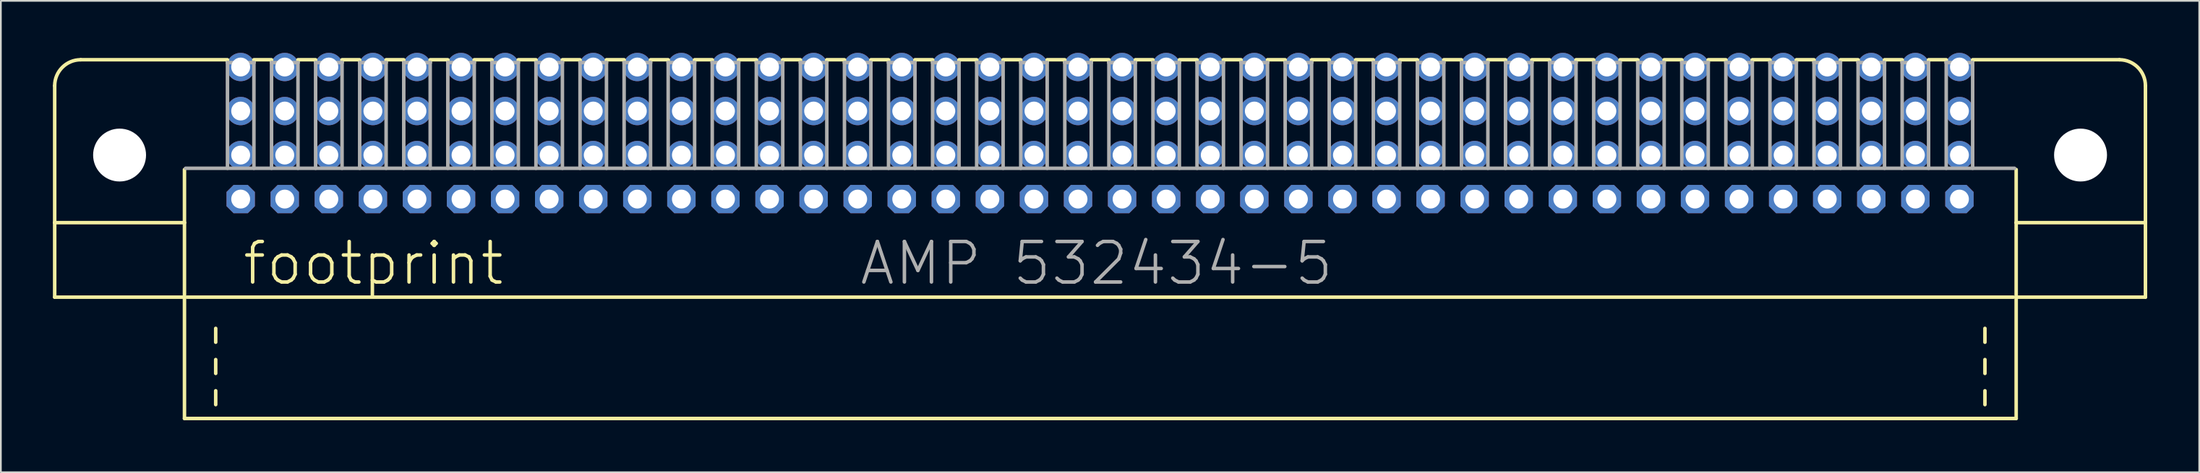
<source format=kicad_pcb>
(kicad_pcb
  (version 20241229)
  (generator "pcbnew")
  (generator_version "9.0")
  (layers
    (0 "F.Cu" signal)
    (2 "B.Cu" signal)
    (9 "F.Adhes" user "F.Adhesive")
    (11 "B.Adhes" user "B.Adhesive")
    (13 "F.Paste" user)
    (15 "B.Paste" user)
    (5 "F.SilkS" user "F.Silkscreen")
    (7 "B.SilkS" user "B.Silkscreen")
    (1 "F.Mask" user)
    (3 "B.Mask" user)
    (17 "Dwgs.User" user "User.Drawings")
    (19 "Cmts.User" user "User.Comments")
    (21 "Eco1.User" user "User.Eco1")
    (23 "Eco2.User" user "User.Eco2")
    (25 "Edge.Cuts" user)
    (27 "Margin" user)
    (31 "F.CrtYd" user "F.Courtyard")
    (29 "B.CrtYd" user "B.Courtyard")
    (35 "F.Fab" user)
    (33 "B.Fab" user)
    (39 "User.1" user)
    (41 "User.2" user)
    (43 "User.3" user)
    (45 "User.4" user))
  (footprint "footprint"
    (layer "F.Cu")
    (at 60.352 5.897)
    (property "Reference" "footprint" (at -49.53 7.62 0) (layer "F.SilkS") (effects (font (size 2.337 2.337) (thickness 0.203)) (justify left bottom)))
    (fp_line (start -60.25 3.9) (end -60.25 -4) (stroke (width 0.203) (type solid)) (layer "F.SilkS"))
    (fp_line (start -60.25 8.2) (end -60.25 3.9) (stroke (width 0.203) (type solid)) (layer "F.SilkS"))
    (fp_line (start -58.75 -5.5) (end -50.292 -5.5) (stroke (width 0.203) (type solid)) (layer "F.SilkS"))
    (fp_line (start -52.77 3.9) (end -60.25 3.9) (stroke (width 0.203) (type solid)) (layer "F.SilkS"))
    (fp_line (start -52.77 3.9) (end -52.77 0.834) (stroke (width 0.203) (type solid)) (layer "F.SilkS"))
    (fp_line (start -52.77 8.2) (end -60.25 8.2) (stroke (width 0.203) (type solid)) (layer "F.SilkS"))
    (fp_line (start -52.77 8.2) (end -52.77 3.9) (stroke (width 0.203) (type solid)) (layer "F.SilkS"))
    (fp_line (start -52.77 15.2) (end -52.77 8.2) (stroke (width 0.203) (type solid)) (layer "F.SilkS"))
    (fp_line (start -50.97 10.8) (end -50.97 10) (stroke (width 0.203) (type solid)) (layer "F.SilkS"))
    (fp_line (start -50.97 12.6) (end -50.97 11.8) (stroke (width 0.203) (type solid)) (layer "F.SilkS"))
    (fp_line (start -50.97 14.4) (end -50.97 13.6) (stroke (width 0.203) (type solid)) (layer "F.SilkS"))
    (fp_line (start -50.292 -5.461) (end -50.292 -5.334) (stroke (width 0.203) (type solid)) (layer "F.SilkS"))
    (fp_line (start -48.768 -5.5) (end -47.752 -5.5) (stroke (width 0.203) (type solid)) (layer "F.SilkS"))
    (fp_line (start -48.768 -5.334) (end -48.768 -5.461) (stroke (width 0.203) (type solid)) (layer "F.SilkS"))
    (fp_line (start -47.752 -5.461) (end -47.752 -5.334) (stroke (width 0.203) (type solid)) (layer "F.SilkS"))
    (fp_line (start -46.228 -5.5) (end -45.212 -5.5) (stroke (width 0.203) (type solid)) (layer "F.SilkS"))
    (fp_line (start -46.228 -5.334) (end -46.228 -5.461) (stroke (width 0.203) (type solid)) (layer "F.SilkS"))
    (fp_line (start -45.212 -5.461) (end -45.212 -5.334) (stroke (width 0.203) (type solid)) (layer "F.SilkS"))
    (fp_line (start -43.688 -5.5) (end -42.672 -5.5) (stroke (width 0.203) (type solid)) (layer "F.SilkS"))
    (fp_line (start -43.688 -5.334) (end -43.688 -5.461) (stroke (width 0.203) (type solid)) (layer "F.SilkS"))
    (fp_line (start -42.672 -5.461) (end -42.672 -5.334) (stroke (width 0.203) (type solid)) (layer "F.SilkS"))
    (fp_line (start -41.148 -5.5) (end -40.132 -5.5) (stroke (width 0.203) (type solid)) (layer "F.SilkS"))
    (fp_line (start -41.148 -5.334) (end -41.148 -5.461) (stroke (width 0.203) (type solid)) (layer "F.SilkS"))
    (fp_line (start -40.132 -5.461) (end -40.132 -5.334) (stroke (width 0.203) (type solid)) (layer "F.SilkS"))
    (fp_line (start -38.608 -5.5) (end -37.592 -5.5) (stroke (width 0.203) (type solid)) (layer "F.SilkS"))
    (fp_line (start -38.608 -5.334) (end -38.608 -5.461) (stroke (width 0.203) (type solid)) (layer "F.SilkS"))
    (fp_line (start -37.592 -5.461) (end -37.592 -5.334) (stroke (width 0.203) (type solid)) (layer "F.SilkS"))
    (fp_line (start -36.068 -5.5) (end -35.052 -5.5) (stroke (width 0.203) (type solid)) (layer "F.SilkS"))
    (fp_line (start -36.068 -5.334) (end -36.068 -5.461) (stroke (width 0.203) (type solid)) (layer "F.SilkS"))
    (fp_line (start -35.052 -5.461) (end -35.052 -5.334) (stroke (width 0.203) (type solid)) (layer "F.SilkS"))
    (fp_line (start -33.528 -5.5) (end -32.512 -5.5) (stroke (width 0.203) (type solid)) (layer "F.SilkS"))
    (fp_line (start -33.528 -5.334) (end -33.528 -5.461) (stroke (width 0.203) (type solid)) (layer "F.SilkS"))
    (fp_line (start -32.512 -5.461) (end -32.512 -5.334) (stroke (width 0.203) (type solid)) (layer "F.SilkS"))
    (fp_line (start -30.988 -5.5) (end -29.972 -5.5) (stroke (width 0.203) (type solid)) (layer "F.SilkS"))
    (fp_line (start -30.988 -5.334) (end -30.988 -5.461) (stroke (width 0.203) (type solid)) (layer "F.SilkS"))
    (fp_line (start -29.972 -5.461) (end -29.972 -5.334) (stroke (width 0.203) (type solid)) (layer "F.SilkS"))
    (fp_line (start -28.448 -5.5) (end -27.432 -5.5) (stroke (width 0.203) (type solid)) (layer "F.SilkS"))
    (fp_line (start -28.448 -5.334) (end -28.448 -5.461) (stroke (width 0.203) (type solid)) (layer "F.SilkS"))
    (fp_line (start -27.432 -5.461) (end -27.432 -5.334) (stroke (width 0.203) (type solid)) (layer "F.SilkS"))
    (fp_line (start -25.908 -5.5) (end -24.892 -5.5) (stroke (width 0.203) (type solid)) (layer "F.SilkS"))
    (fp_line (start -25.908 -5.334) (end -25.908 -5.461) (stroke (width 0.203) (type solid)) (layer "F.SilkS"))
    (fp_line (start -24.892 -5.461) (end -24.892 -5.334) (stroke (width 0.203) (type solid)) (layer "F.SilkS"))
    (fp_line (start -23.368 -5.5) (end -22.352 -5.5) (stroke (width 0.203) (type solid)) (layer "F.SilkS"))
    (fp_line (start -23.368 -5.334) (end -23.368 -5.461) (stroke (width 0.203) (type solid)) (layer "F.SilkS"))
    (fp_line (start -22.352 -5.461) (end -22.352 -5.334) (stroke (width 0.203) (type solid)) (layer "F.SilkS"))
    (fp_line (start -20.828 -5.5) (end -19.812 -5.5) (stroke (width 0.203) (type solid)) (layer "F.SilkS"))
    (fp_line (start -20.828 -5.334) (end -20.828 -5.461) (stroke (width 0.203) (type solid)) (layer "F.SilkS"))
    (fp_line (start -19.812 -5.461) (end -19.812 -5.334) (stroke (width 0.203) (type solid)) (layer "F.SilkS"))
    (fp_line (start -18.288 -5.5) (end -17.272 -5.5) (stroke (width 0.203) (type solid)) (layer "F.SilkS"))
    (fp_line (start -18.288 -5.334) (end -18.288 -5.461) (stroke (width 0.203) (type solid)) (layer "F.SilkS"))
    (fp_line (start -17.272 -5.461) (end -17.272 -5.334) (stroke (width 0.203) (type solid)) (layer "F.SilkS"))
    (fp_line (start -15.748 -5.5) (end -14.732 -5.5) (stroke (width 0.203) (type solid)) (layer "F.SilkS"))
    (fp_line (start -15.748 -5.334) (end -15.748 -5.461) (stroke (width 0.203) (type solid)) (layer "F.SilkS"))
    (fp_line (start -14.732 -5.461) (end -14.732 -5.334) (stroke (width 0.203) (type solid)) (layer "F.SilkS"))
    (fp_line (start -13.208 -5.5) (end -12.192 -5.5) (stroke (width 0.203) (type solid)) (layer "F.SilkS"))
    (fp_line (start -13.208 -5.334) (end -13.208 -5.461) (stroke (width 0.203) (type solid)) (layer "F.SilkS"))
    (fp_line (start -12.192 -5.461) (end -12.192 -5.334) (stroke (width 0.203) (type solid)) (layer "F.SilkS"))
    (fp_line (start -10.668 -5.5) (end -9.652 -5.5) (stroke (width 0.203) (type solid)) (layer "F.SilkS"))
    (fp_line (start -10.668 -5.334) (end -10.668 -5.461) (stroke (width 0.203) (type solid)) (layer "F.SilkS"))
    (fp_line (start -9.652 -5.461) (end -9.652 -5.334) (stroke (width 0.203) (type solid)) (layer "F.SilkS"))
    (fp_line (start -8.128 -5.5) (end -7.112 -5.5) (stroke (width 0.203) (type solid)) (layer "F.SilkS"))
    (fp_line (start -8.128 -5.334) (end -8.128 -5.461) (stroke (width 0.203) (type solid)) (layer "F.SilkS"))
    (fp_line (start -7.112 -5.461) (end -7.112 -5.334) (stroke (width 0.203) (type solid)) (layer "F.SilkS"))
    (fp_line (start -5.588 -5.5) (end -4.572 -5.5) (stroke (width 0.203) (type solid)) (layer "F.SilkS"))
    (fp_line (start -5.588 -5.334) (end -5.588 -5.461) (stroke (width 0.203) (type solid)) (layer "F.SilkS"))
    (fp_line (start -4.572 -5.461) (end -4.572 -5.334) (stroke (width 0.203) (type solid)) (layer "F.SilkS"))
    (fp_line (start -3.048 -5.5) (end -2.032 -5.5) (stroke (width 0.203) (type solid)) (layer "F.SilkS"))
    (fp_line (start -3.048 -5.334) (end -3.048 -5.461) (stroke (width 0.203) (type solid)) (layer "F.SilkS"))
    (fp_line (start -2.032 -5.461) (end -2.032 -5.334) (stroke (width 0.203) (type solid)) (layer "F.SilkS"))
    (fp_line (start -0.508 -5.5) (end 0.508 -5.5) (stroke (width 0.203) (type solid)) (layer "F.SilkS"))
    (fp_line (start -0.508 -5.334) (end -0.508 -5.461) (stroke (width 0.203) (type solid)) (layer "F.SilkS"))
    (fp_line (start 0.508 -5.461) (end 0.508 -5.334) (stroke (width 0.203) (type solid)) (layer "F.SilkS"))
    (fp_line (start 2.032 -5.5) (end 3.048 -5.5) (stroke (width 0.203) (type solid)) (layer "F.SilkS"))
    (fp_line (start 2.032 -5.334) (end 2.032 -5.461) (stroke (width 0.203) (type solid)) (layer "F.SilkS"))
    (fp_line (start 3.048 -5.461) (end 3.048 -5.334) (stroke (width 0.203) (type solid)) (layer "F.SilkS"))
    (fp_line (start 4.572 -5.5) (end 5.588 -5.5) (stroke (width 0.203) (type solid)) (layer "F.SilkS"))
    (fp_line (start 4.572 -5.334) (end 4.572 -5.461) (stroke (width 0.203) (type solid)) (layer "F.SilkS"))
    (fp_line (start 5.588 -5.461) (end 5.588 -5.334) (stroke (width 0.203) (type solid)) (layer "F.SilkS"))
    (fp_line (start 7.112 -5.5) (end 8.128 -5.5) (stroke (width 0.203) (type solid)) (layer "F.SilkS"))
    (fp_line (start 7.112 -5.334) (end 7.112 -5.461) (stroke (width 0.203) (type solid)) (layer "F.SilkS"))
    (fp_line (start 8.128 -5.461) (end 8.128 -5.334) (stroke (width 0.203) (type solid)) (layer "F.SilkS"))
    (fp_line (start 9.652 -5.5) (end 10.668 -5.5) (stroke (width 0.203) (type solid)) (layer "F.SilkS"))
    (fp_line (start 9.652 -5.334) (end 9.652 -5.461) (stroke (width 0.203) (type solid)) (layer "F.SilkS"))
    (fp_line (start 10.668 -5.461) (end 10.668 -5.334) (stroke (width 0.203) (type solid)) (layer "F.SilkS"))
    (fp_line (start 12.192 -5.5) (end 13.208 -5.5) (stroke (width 0.203) (type solid)) (layer "F.SilkS"))
    (fp_line (start 12.192 -5.334) (end 12.192 -5.461) (stroke (width 0.203) (type solid)) (layer "F.SilkS"))
    (fp_line (start 13.208 -5.461) (end 13.208 -5.334) (stroke (width 0.203) (type solid)) (layer "F.SilkS"))
    (fp_line (start 14.732 -5.5) (end 15.748 -5.5) (stroke (width 0.203) (type solid)) (layer "F.SilkS"))
    (fp_line (start 14.732 -5.334) (end 14.732 -5.461) (stroke (width 0.203) (type solid)) (layer "F.SilkS"))
    (fp_line (start 15.748 -5.461) (end 15.748 -5.334) (stroke (width 0.203) (type solid)) (layer "F.SilkS"))
    (fp_line (start 17.272 -5.5) (end 18.288 -5.5) (stroke (width 0.203) (type solid)) (layer "F.SilkS"))
    (fp_line (start 17.272 -5.334) (end 17.272 -5.461) (stroke (width 0.203) (type solid)) (layer "F.SilkS"))
    (fp_line (start 18.288 -5.461) (end 18.288 -5.334) (stroke (width 0.203) (type solid)) (layer "F.SilkS"))
    (fp_line (start 19.812 -5.5) (end 20.828 -5.5) (stroke (width 0.203) (type solid)) (layer "F.SilkS"))
    (fp_line (start 19.812 -5.334) (end 19.812 -5.461) (stroke (width 0.203) (type solid)) (layer "F.SilkS"))
    (fp_line (start 20.828 -5.461) (end 20.828 -5.334) (stroke (width 0.203) (type solid)) (layer "F.SilkS"))
    (fp_line (start 22.352 -5.5) (end 23.368 -5.5) (stroke (width 0.203) (type solid)) (layer "F.SilkS"))
    (fp_line (start 22.352 -5.334) (end 22.352 -5.461) (stroke (width 0.203) (type solid)) (layer "F.SilkS"))
    (fp_line (start 23.368 -5.461) (end 23.368 -5.334) (stroke (width 0.203) (type solid)) (layer "F.SilkS"))
    (fp_line (start 24.892 -5.5) (end 25.908 -5.5) (stroke (width 0.203) (type solid)) (layer "F.SilkS"))
    (fp_line (start 24.892 -5.334) (end 24.892 -5.461) (stroke (width 0.203) (type solid)) (layer "F.SilkS"))
    (fp_line (start 25.908 -5.461) (end 25.908 -5.334) (stroke (width 0.203) (type solid)) (layer "F.SilkS"))
    (fp_line (start 27.432 -5.5) (end 28.448 -5.5) (stroke (width 0.203) (type solid)) (layer "F.SilkS"))
    (fp_line (start 27.432 -5.334) (end 27.432 -5.461) (stroke (width 0.203) (type solid)) (layer "F.SilkS"))
    (fp_line (start 28.448 -5.461) (end 28.448 -5.334) (stroke (width 0.203) (type solid)) (layer "F.SilkS"))
    (fp_line (start 29.972 -5.5) (end 30.988 -5.5) (stroke (width 0.203) (type solid)) (layer "F.SilkS"))
    (fp_line (start 29.972 -5.334) (end 29.972 -5.461) (stroke (width 0.203) (type solid)) (layer "F.SilkS"))
    (fp_line (start 30.988 -5.461) (end 30.988 -5.334) (stroke (width 0.203) (type solid)) (layer "F.SilkS"))
    (fp_line (start 32.512 -5.5) (end 33.528 -5.5) (stroke (width 0.203) (type solid)) (layer "F.SilkS"))
    (fp_line (start 32.512 -5.334) (end 32.512 -5.461) (stroke (width 0.203) (type solid)) (layer "F.SilkS"))
    (fp_line (start 33.528 -5.461) (end 33.528 -5.334) (stroke (width 0.203) (type solid)) (layer "F.SilkS"))
    (fp_line (start 35.052 -5.5) (end 36.068 -5.5) (stroke (width 0.203) (type solid)) (layer "F.SilkS"))
    (fp_line (start 35.052 -5.334) (end 35.052 -5.461) (stroke (width 0.203) (type solid)) (layer "F.SilkS"))
    (fp_line (start 36.068 -5.461) (end 36.068 -5.334) (stroke (width 0.203) (type solid)) (layer "F.SilkS"))
    (fp_line (start 37.592 -5.5) (end 38.608 -5.5) (stroke (width 0.203) (type solid)) (layer "F.SilkS"))
    (fp_line (start 37.592 -5.334) (end 37.592 -5.461) (stroke (width 0.203) (type solid)) (layer "F.SilkS"))
    (fp_line (start 38.608 -5.461) (end 38.608 -5.334) (stroke (width 0.203) (type solid)) (layer "F.SilkS"))
    (fp_line (start 40.132 -5.5) (end 41.148 -5.5) (stroke (width 0.203) (type solid)) (layer "F.SilkS"))
    (fp_line (start 40.132 -5.334) (end 40.132 -5.461) (stroke (width 0.203) (type solid)) (layer "F.SilkS"))
    (fp_line (start 41.148 -5.461) (end 41.148 -5.334) (stroke (width 0.203) (type solid)) (layer "F.SilkS"))
    (fp_line (start 42.672 -5.5) (end 43.688 -5.5) (stroke (width 0.203) (type solid)) (layer "F.SilkS"))
    (fp_line (start 42.672 -5.334) (end 42.672 -5.461) (stroke (width 0.203) (type solid)) (layer "F.SilkS"))
    (fp_line (start 43.688 -5.461) (end 43.688 -5.334) (stroke (width 0.203) (type solid)) (layer "F.SilkS"))
    (fp_line (start 45.212 -5.5) (end 46.228 -5.5) (stroke (width 0.203) (type solid)) (layer "F.SilkS"))
    (fp_line (start 45.212 -5.334) (end 45.212 -5.461) (stroke (width 0.203) (type solid)) (layer "F.SilkS"))
    (fp_line (start 46.228 -5.461) (end 46.228 -5.334) (stroke (width 0.203) (type solid)) (layer "F.SilkS"))
    (fp_line (start 47.752 -5.5) (end 48.768 -5.5) (stroke (width 0.203) (type solid)) (layer "F.SilkS"))
    (fp_line (start 47.752 -5.334) (end 47.752 -5.461) (stroke (width 0.203) (type solid)) (layer "F.SilkS"))
    (fp_line (start 48.768 -5.461) (end 48.768 -5.334) (stroke (width 0.203) (type solid)) (layer "F.SilkS"))
    (fp_line (start 50.292 -5.5) (end 58.75 -5.5) (stroke (width 0.203) (type solid)) (layer "F.SilkS"))
    (fp_line (start 50.292 -5.334) (end 50.292 -5.461) (stroke (width 0.203) (type solid)) (layer "F.SilkS"))
    (fp_line (start 51 10.8) (end 51 10) (stroke (width 0.203) (type solid)) (layer "F.SilkS"))
    (fp_line (start 51 12.6) (end 51 11.8) (stroke (width 0.203) (type solid)) (layer "F.SilkS"))
    (fp_line (start 51 14.4) (end 51 13.6) (stroke (width 0.203) (type solid)) (layer "F.SilkS"))
    (fp_line (start 52.64 8.2) (end -52.63 8.2) (stroke (width 0.203) (type solid)) (layer "F.SilkS"))
    (fp_line (start 52.8 0.834) (end 52.8 3.9) (stroke (width 0.203) (type solid)) (layer "F.SilkS"))
    (fp_line (start 52.8 3.9) (end 52.8 8.2) (stroke (width 0.203) (type solid)) (layer "F.SilkS"))
    (fp_line (start 52.8 8.2) (end 52.8 15.2) (stroke (width 0.203) (type solid)) (layer "F.SilkS"))
    (fp_line (start 52.8 15.2) (end -52.77 15.2) (stroke (width 0.203) (type solid)) (layer "F.SilkS"))
    (fp_line (start 60.25 -4) (end 60.25 3.9) (stroke (width 0.203) (type solid)) (layer "F.SilkS"))
    (fp_line (start 60.25 3.9) (end 52.8 3.9) (stroke (width 0.203) (type solid)) (layer "F.SilkS"))
    (fp_line (start 60.25 3.9) (end 60.25 8.2) (stroke (width 0.203) (type solid)) (layer "F.SilkS"))
    (fp_line (start 60.25 8.2) (end 52.8 8.2) (stroke (width 0.203) (type solid)) (layer "F.SilkS"))
    (fp_arc (start -60.25 -4) (mid -59.810595 -5.060767) (end -58.749798 -5.5001) (stroke (width 0.2032) (type solid)) (layer "F.SilkS"))
    (fp_arc (start 58.75 -5.5) (mid 59.810731 -5.060631) (end 60.2501 -3.9999) (stroke (width 0.2032) (type solid)) (layer "F.SilkS"))
    (fp_line (start -52.705 0.762) (end 52.705 0.762) (stroke (width 0.203) (type solid)) (layer "F.Fab"))
    (fp_line (start -50.292 -5.334) (end -50.292 0.762) (stroke (width 0.203) (type solid)) (layer "F.Fab"))
    (fp_line (start -50.292 -5.334) (end -48.768 -5.334) (stroke (width 0.203) (type solid)) (layer "F.Fab"))
    (fp_line (start -48.768 0.762) (end -48.768 -5.334) (stroke (width 0.203) (type solid)) (layer "F.Fab"))
    (fp_line (start -47.752 -5.334) (end -47.752 0.762) (stroke (width 0.203) (type solid)) (layer "F.Fab"))
    (fp_line (start -47.752 -5.334) (end -46.228 -5.334) (stroke (width 0.203) (type solid)) (layer "F.Fab"))
    (fp_line (start -46.228 0.762) (end -46.228 -5.334) (stroke (width 0.203) (type solid)) (layer "F.Fab"))
    (fp_line (start -45.212 -5.334) (end -45.212 0.762) (stroke (width 0.203) (type solid)) (layer "F.Fab"))
    (fp_line (start -45.212 -5.334) (end -43.688 -5.334) (stroke (width 0.203) (type solid)) (layer "F.Fab"))
    (fp_line (start -43.688 0.762) (end -43.688 -5.334) (stroke (width 0.203) (type solid)) (layer "F.Fab"))
    (fp_line (start -42.672 -5.334) (end -42.672 0.762) (stroke (width 0.203) (type solid)) (layer "F.Fab"))
    (fp_line (start -42.672 -5.334) (end -41.148 -5.334) (stroke (width 0.203) (type solid)) (layer "F.Fab"))
    (fp_line (start -41.148 0.762) (end -41.148 -5.334) (stroke (width 0.203) (type solid)) (layer "F.Fab"))
    (fp_line (start -40.132 -5.334) (end -40.132 0.762) (stroke (width 0.203) (type solid)) (layer "F.Fab"))
    (fp_line (start -40.132 -5.334) (end -38.608 -5.334) (stroke (width 0.203) (type solid)) (layer "F.Fab"))
    (fp_line (start -38.608 0.762) (end -38.608 -5.334) (stroke (width 0.203) (type solid)) (layer "F.Fab"))
    (fp_line (start -37.592 -5.334) (end -37.592 0.762) (stroke (width 0.203) (type solid)) (layer "F.Fab"))
    (fp_line (start -37.592 -5.334) (end -36.068 -5.334) (stroke (width 0.203) (type solid)) (layer "F.Fab"))
    (fp_line (start -36.068 0.762) (end -36.068 -5.334) (stroke (width 0.203) (type solid)) (layer "F.Fab"))
    (fp_line (start -35.052 -5.334) (end -35.052 0.762) (stroke (width 0.203) (type solid)) (layer "F.Fab"))
    (fp_line (start -35.052 -5.334) (end -33.528 -5.334) (stroke (width 0.203) (type solid)) (layer "F.Fab"))
    (fp_line (start -33.528 0.762) (end -33.528 -5.334) (stroke (width 0.203) (type solid)) (layer "F.Fab"))
    (fp_line (start -32.512 -5.334) (end -32.512 0.762) (stroke (width 0.203) (type solid)) (layer "F.Fab"))
    (fp_line (start -32.512 -5.334) (end -30.988 -5.334) (stroke (width 0.203) (type solid)) (layer "F.Fab"))
    (fp_line (start -30.988 0.762) (end -30.988 -5.334) (stroke (width 0.203) (type solid)) (layer "F.Fab"))
    (fp_line (start -29.972 -5.334) (end -29.972 0.762) (stroke (width 0.203) (type solid)) (layer "F.Fab"))
    (fp_line (start -29.972 -5.334) (end -28.448 -5.334) (stroke (width 0.203) (type solid)) (layer "F.Fab"))
    (fp_line (start -28.448 0.762) (end -28.448 -5.334) (stroke (width 0.203) (type solid)) (layer "F.Fab"))
    (fp_line (start -27.432 -5.334) (end -27.432 0.762) (stroke (width 0.203) (type solid)) (layer "F.Fab"))
    (fp_line (start -27.432 -5.334) (end -25.908 -5.334) (stroke (width 0.203) (type solid)) (layer "F.Fab"))
    (fp_line (start -25.908 0.762) (end -25.908 -5.334) (stroke (width 0.203) (type solid)) (layer "F.Fab"))
    (fp_line (start -24.892 -5.334) (end -24.892 0.762) (stroke (width 0.203) (type solid)) (layer "F.Fab"))
    (fp_line (start -24.892 -5.334) (end -23.368 -5.334) (stroke (width 0.203) (type solid)) (layer "F.Fab"))
    (fp_line (start -23.368 0.762) (end -23.368 -5.334) (stroke (width 0.203) (type solid)) (layer "F.Fab"))
    (fp_line (start -22.352 -5.334) (end -22.352 0.762) (stroke (width 0.203) (type solid)) (layer "F.Fab"))
    (fp_line (start -22.352 -5.334) (end -20.828 -5.334) (stroke (width 0.203) (type solid)) (layer "F.Fab"))
    (fp_line (start -20.828 0.762) (end -20.828 -5.334) (stroke (width 0.203) (type solid)) (layer "F.Fab"))
    (fp_line (start -19.812 -5.334) (end -19.812 0.762) (stroke (width 0.203) (type solid)) (layer "F.Fab"))
    (fp_line (start -19.812 -5.334) (end -18.288 -5.334) (stroke (width 0.203) (type solid)) (layer "F.Fab"))
    (fp_line (start -18.288 0.762) (end -18.288 -5.334) (stroke (width 0.203) (type solid)) (layer "F.Fab"))
    (fp_line (start -17.272 -5.334) (end -17.272 0.762) (stroke (width 0.203) (type solid)) (layer "F.Fab"))
    (fp_line (start -17.272 -5.334) (end -15.748 -5.334) (stroke (width 0.203) (type solid)) (layer "F.Fab"))
    (fp_line (start -15.748 0.762) (end -15.748 -5.334) (stroke (width 0.203) (type solid)) (layer "F.Fab"))
    (fp_line (start -14.732 -5.334) (end -14.732 0.762) (stroke (width 0.203) (type solid)) (layer "F.Fab"))
    (fp_line (start -14.732 -5.334) (end -13.208 -5.334) (stroke (width 0.203) (type solid)) (layer "F.Fab"))
    (fp_line (start -13.208 0.762) (end -13.208 -5.334) (stroke (width 0.203) (type solid)) (layer "F.Fab"))
    (fp_line (start -12.192 -5.334) (end -12.192 0.762) (stroke (width 0.203) (type solid)) (layer "F.Fab"))
    (fp_line (start -12.192 -5.334) (end -10.668 -5.334) (stroke (width 0.203) (type solid)) (layer "F.Fab"))
    (fp_line (start -10.668 0.762) (end -10.668 -5.334) (stroke (width 0.203) (type solid)) (layer "F.Fab"))
    (fp_line (start -9.652 -5.334) (end -9.652 0.762) (stroke (width 0.203) (type solid)) (layer "F.Fab"))
    (fp_line (start -9.652 -5.334) (end -8.128 -5.334) (stroke (width 0.203) (type solid)) (layer "F.Fab"))
    (fp_line (start -8.128 0.762) (end -8.128 -5.334) (stroke (width 0.203) (type solid)) (layer "F.Fab"))
    (fp_line (start -7.112 -5.334) (end -7.112 0.762) (stroke (width 0.203) (type solid)) (layer "F.Fab"))
    (fp_line (start -7.112 -5.334) (end -5.588 -5.334) (stroke (width 0.203) (type solid)) (layer "F.Fab"))
    (fp_line (start -5.588 0.762) (end -5.588 -5.334) (stroke (width 0.203) (type solid)) (layer "F.Fab"))
    (fp_line (start -4.572 -5.334) (end -4.572 0.762) (stroke (width 0.203) (type solid)) (layer "F.Fab"))
    (fp_line (start -4.572 -5.334) (end -3.048 -5.334) (stroke (width 0.203) (type solid)) (layer "F.Fab"))
    (fp_line (start -3.048 0.762) (end -3.048 -5.334) (stroke (width 0.203) (type solid)) (layer "F.Fab"))
    (fp_line (start -2.032 -5.334) (end -2.032 0.762) (stroke (width 0.203) (type solid)) (layer "F.Fab"))
    (fp_line (start -2.032 -5.334) (end -0.508 -5.334) (stroke (width 0.203) (type solid)) (layer "F.Fab"))
    (fp_line (start -0.508 0.762) (end -0.508 -5.334) (stroke (width 0.203) (type solid)) (layer "F.Fab"))
    (fp_line (start 0.508 -5.334) (end 0.508 0.762) (stroke (width 0.203) (type solid)) (layer "F.Fab"))
    (fp_line (start 0.508 -5.334) (end 2.032 -5.334) (stroke (width 0.203) (type solid)) (layer "F.Fab"))
    (fp_line (start 2.032 0.762) (end 2.032 -5.334) (stroke (width 0.203) (type solid)) (layer "F.Fab"))
    (fp_line (start 3.048 -5.334) (end 3.048 0.762) (stroke (width 0.203) (type solid)) (layer "F.Fab"))
    (fp_line (start 3.048 -5.334) (end 4.572 -5.334) (stroke (width 0.203) (type solid)) (layer "F.Fab"))
    (fp_line (start 4.572 0.762) (end 4.572 -5.334) (stroke (width 0.203) (type solid)) (layer "F.Fab"))
    (fp_line (start 5.588 -5.334) (end 5.588 0.762) (stroke (width 0.203) (type solid)) (layer "F.Fab"))
    (fp_line (start 5.588 -5.334) (end 7.112 -5.334) (stroke (width 0.203) (type solid)) (layer "F.Fab"))
    (fp_line (start 7.112 0.762) (end 7.112 -5.334) (stroke (width 0.203) (type solid)) (layer "F.Fab"))
    (fp_line (start 8.128 -5.334) (end 8.128 0.762) (stroke (width 0.203) (type solid)) (layer "F.Fab"))
    (fp_line (start 8.128 -5.334) (end 9.652 -5.334) (stroke (width 0.203) (type solid)) (layer "F.Fab"))
    (fp_line (start 9.652 0.762) (end 9.652 -5.334) (stroke (width 0.203) (type solid)) (layer "F.Fab"))
    (fp_line (start 10.668 -5.334) (end 10.668 0.762) (stroke (width 0.203) (type solid)) (layer "F.Fab"))
    (fp_line (start 10.668 -5.334) (end 12.192 -5.334) (stroke (width 0.203) (type solid)) (layer "F.Fab"))
    (fp_line (start 12.192 0.762) (end 12.192 -5.334) (stroke (width 0.203) (type solid)) (layer "F.Fab"))
    (fp_line (start 13.208 -5.334) (end 13.208 0.762) (stroke (width 0.203) (type solid)) (layer "F.Fab"))
    (fp_line (start 13.208 -5.334) (end 14.732 -5.334) (stroke (width 0.203) (type solid)) (layer "F.Fab"))
    (fp_line (start 14.732 0.762) (end 14.732 -5.334) (stroke (width 0.203) (type solid)) (layer "F.Fab"))
    (fp_line (start 15.748 -5.334) (end 15.748 0.762) (stroke (width 0.203) (type solid)) (layer "F.Fab"))
    (fp_line (start 15.748 -5.334) (end 17.272 -5.334) (stroke (width 0.203) (type solid)) (layer "F.Fab"))
    (fp_line (start 17.272 0.762) (end 17.272 -5.334) (stroke (width 0.203) (type solid)) (layer "F.Fab"))
    (fp_line (start 18.288 -5.334) (end 18.288 0.762) (stroke (width 0.203) (type solid)) (layer "F.Fab"))
    (fp_line (start 18.288 -5.334) (end 19.812 -5.334) (stroke (width 0.203) (type solid)) (layer "F.Fab"))
    (fp_line (start 19.812 0.762) (end 19.812 -5.334) (stroke (width 0.203) (type solid)) (layer "F.Fab"))
    (fp_line (start 20.828 -5.334) (end 20.828 0.762) (stroke (width 0.203) (type solid)) (layer "F.Fab"))
    (fp_line (start 20.828 -5.334) (end 22.352 -5.334) (stroke (width 0.203) (type solid)) (layer "F.Fab"))
    (fp_line (start 22.352 0.762) (end 22.352 -5.334) (stroke (width 0.203) (type solid)) (layer "F.Fab"))
    (fp_line (start 23.368 -5.334) (end 23.368 0.762) (stroke (width 0.203) (type solid)) (layer "F.Fab"))
    (fp_line (start 23.368 -5.334) (end 24.892 -5.334) (stroke (width 0.203) (type solid)) (layer "F.Fab"))
    (fp_line (start 24.892 0.762) (end 24.892 -5.334) (stroke (width 0.203) (type solid)) (layer "F.Fab"))
    (fp_line (start 25.908 -5.334) (end 25.908 0.762) (stroke (width 0.203) (type solid)) (layer "F.Fab"))
    (fp_line (start 25.908 -5.334) (end 27.432 -5.334) (stroke (width 0.203) (type solid)) (layer "F.Fab"))
    (fp_line (start 27.432 0.762) (end 27.432 -5.334) (stroke (width 0.203) (type solid)) (layer "F.Fab"))
    (fp_line (start 28.448 -5.334) (end 28.448 0.762) (stroke (width 0.203) (type solid)) (layer "F.Fab"))
    (fp_line (start 28.448 -5.334) (end 29.972 -5.334) (stroke (width 0.203) (type solid)) (layer "F.Fab"))
    (fp_line (start 29.972 0.762) (end 29.972 -5.334) (stroke (width 0.203) (type solid)) (layer "F.Fab"))
    (fp_line (start 30.988 -5.334) (end 30.988 0.762) (stroke (width 0.203) (type solid)) (layer "F.Fab"))
    (fp_line (start 30.988 -5.334) (end 32.512 -5.334) (stroke (width 0.203) (type solid)) (layer "F.Fab"))
    (fp_line (start 32.512 0.762) (end 32.512 -5.334) (stroke (width 0.203) (type solid)) (layer "F.Fab"))
    (fp_line (start 33.528 -5.334) (end 33.528 0.762) (stroke (width 0.203) (type solid)) (layer "F.Fab"))
    (fp_line (start 33.528 -5.334) (end 35.052 -5.334) (stroke (width 0.203) (type solid)) (layer "F.Fab"))
    (fp_line (start 35.052 0.762) (end 35.052 -5.334) (stroke (width 0.203) (type solid)) (layer "F.Fab"))
    (fp_line (start 36.068 -5.334) (end 36.068 0.762) (stroke (width 0.203) (type solid)) (layer "F.Fab"))
    (fp_line (start 36.068 -5.334) (end 37.592 -5.334) (stroke (width 0.203) (type solid)) (layer "F.Fab"))
    (fp_line (start 37.592 0.762) (end 37.592 -5.334) (stroke (width 0.203) (type solid)) (layer "F.Fab"))
    (fp_line (start 38.608 -5.334) (end 38.608 0.762) (stroke (width 0.203) (type solid)) (layer "F.Fab"))
    (fp_line (start 38.608 -5.334) (end 40.132 -5.334) (stroke (width 0.203) (type solid)) (layer "F.Fab"))
    (fp_line (start 40.132 0.762) (end 40.132 -5.334) (stroke (width 0.203) (type solid)) (layer "F.Fab"))
    (fp_line (start 41.148 -5.334) (end 41.148 0.762) (stroke (width 0.203) (type solid)) (layer "F.Fab"))
    (fp_line (start 41.148 -5.334) (end 42.672 -5.334) (stroke (width 0.203) (type solid)) (layer "F.Fab"))
    (fp_line (start 42.672 0.762) (end 42.672 -5.334) (stroke (width 0.203) (type solid)) (layer "F.Fab"))
    (fp_line (start 43.688 -5.334) (end 43.688 0.762) (stroke (width 0.203) (type solid)) (layer "F.Fab"))
    (fp_line (start 43.688 -5.334) (end 45.212 -5.334) (stroke (width 0.203) (type solid)) (layer "F.Fab"))
    (fp_line (start 45.212 0.762) (end 45.212 -5.334) (stroke (width 0.203) (type solid)) (layer "F.Fab"))
    (fp_line (start 46.228 -5.334) (end 46.228 0.762) (stroke (width 0.203) (type solid)) (layer "F.Fab"))
    (fp_line (start 46.228 -5.334) (end 47.752 -5.334) (stroke (width 0.203) (type solid)) (layer "F.Fab"))
    (fp_line (start 47.752 0.762) (end 47.752 -5.334) (stroke (width 0.203) (type solid)) (layer "F.Fab"))
    (fp_line (start 48.768 -5.334) (end 48.768 0.762) (stroke (width 0.203) (type solid)) (layer "F.Fab"))
    (fp_line (start 48.768 -5.334) (end 50.292 -5.334) (stroke (width 0.203) (type solid)) (layer "F.Fab"))
    (fp_line (start 50.292 0.762) (end 50.292 -5.334) (stroke (width 0.203) (type solid)) (layer "F.Fab"))
    (fp_text user "AMP 532434-5" (at -13.97 7.62 0) (layer "F.Fab") (effects (font (size 2.337 2.337) (thickness 0.203)) (justify left bottom)))
    (pad "" np_thru_hole circle (at -56.51 0) (size 3.05 3.05) (drill 3.05) (layers "*.Cu" "*.Mask"))
    (pad "" np_thru_hole circle (at 56.51 0) (size 3.05 3.05) (drill 3.05) (layers "*.Cu" "*.Mask"))
    (pad "A1" thru_hole roundrect (at 49.53 2.54) (size 1.635 1.635) (drill 1.09) (layers "*.Cu" "*.Mask") (roundrect_rratio 0.25) (chamfer_ratio 0.25) (chamfer top_left top_right bottom_left bottom_right))
    (pad "A2" thru_hole roundrect (at 46.99 2.54) (size 1.635 1.635) (drill 1.09) (layers "*.Cu" "*.Mask") (roundrect_rratio 0.25) (chamfer_ratio 0.25) (chamfer top_left top_right bottom_left bottom_right))
    (pad "A3" thru_hole roundrect (at 44.45 2.54) (size 1.635 1.635) (drill 1.09) (layers "*.Cu" "*.Mask") (roundrect_rratio 0.25) (chamfer_ratio 0.25) (chamfer top_left top_right bottom_left bottom_right))
    (pad "A4" thru_hole roundrect (at 41.91 2.54) (size 1.635 1.635) (drill 1.09) (layers "*.Cu" "*.Mask") (roundrect_rratio 0.25) (chamfer_ratio 0.25) (chamfer top_left top_right bottom_left bottom_right))
    (pad "A5" thru_hole roundrect (at 39.37 2.54) (size 1.635 1.635) (drill 1.09) (layers "*.Cu" "*.Mask") (roundrect_rratio 0.25) (chamfer_ratio 0.25) (chamfer top_left top_right bottom_left bottom_right))
    (pad "A6" thru_hole roundrect (at 36.83 2.54) (size 1.635 1.635) (drill 1.09) (layers "*.Cu" "*.Mask") (roundrect_rratio 0.25) (chamfer_ratio 0.25) (chamfer top_left top_right bottom_left bottom_right))
    (pad "A7" thru_hole roundrect (at 34.29 2.54) (size 1.635 1.635) (drill 1.09) (layers "*.Cu" "*.Mask") (roundrect_rratio 0.25) (chamfer_ratio 0.25) (chamfer top_left top_right bottom_left bottom_right))
    (pad "A8" thru_hole roundrect (at 31.75 2.54) (size 1.635 1.635) (drill 1.09) (layers "*.Cu" "*.Mask") (roundrect_rratio 0.25) (chamfer_ratio 0.25) (chamfer top_left top_right bottom_left bottom_right))
    (pad "A9" thru_hole roundrect (at 29.21 2.54) (size 1.635 1.635) (drill 1.09) (layers "*.Cu" "*.Mask") (roundrect_rratio 0.25) (chamfer_ratio 0.25) (chamfer top_left top_right bottom_left bottom_right))
    (pad "A10" thru_hole roundrect (at 26.67 2.54) (size 1.635 1.635) (drill 1.09) (layers "*.Cu" "*.Mask") (roundrect_rratio 0.25) (chamfer_ratio 0.25) (chamfer top_left top_right bottom_left bottom_right))
    (pad "A11" thru_hole roundrect (at 24.13 2.54) (size 1.635 1.635) (drill 1.09) (layers "*.Cu" "*.Mask") (roundrect_rratio 0.25) (chamfer_ratio 0.25) (chamfer top_left top_right bottom_left bottom_right))
    (pad "A12" thru_hole roundrect (at 21.59 2.54) (size 1.635 1.635) (drill 1.09) (layers "*.Cu" "*.Mask") (roundrect_rratio 0.25) (chamfer_ratio 0.25) (chamfer top_left top_right bottom_left bottom_right))
    (pad "A13" thru_hole roundrect (at 19.05 2.54) (size 1.635 1.635) (drill 1.09) (layers "*.Cu" "*.Mask") (roundrect_rratio 0.25) (chamfer_ratio 0.25) (chamfer top_left top_right bottom_left bottom_right))
    (pad "A14" thru_hole roundrect (at 16.51 2.54) (size 1.635 1.635) (drill 1.09) (layers "*.Cu" "*.Mask") (roundrect_rratio 0.25) (chamfer_ratio 0.25) (chamfer top_left top_right bottom_left bottom_right))
    (pad "A15" thru_hole roundrect (at 13.97 2.54) (size 1.635 1.635) (drill 1.09) (layers "*.Cu" "*.Mask") (roundrect_rratio 0.25) (chamfer_ratio 0.25) (chamfer top_left top_right bottom_left bottom_right))
    (pad "A16" thru_hole roundrect (at 11.43 2.54) (size 1.635 1.635) (drill 1.09) (layers "*.Cu" "*.Mask") (roundrect_rratio 0.25) (chamfer_ratio 0.25) (chamfer top_left top_right bottom_left bottom_right))
    (pad "A17" thru_hole roundrect (at 8.89 2.54) (size 1.635 1.635) (drill 1.09) (layers "*.Cu" "*.Mask") (roundrect_rratio 0.25) (chamfer_ratio 0.25) (chamfer top_left top_right bottom_left bottom_right))
    (pad "A18" thru_hole roundrect (at 6.35 2.54) (size 1.635 1.635) (drill 1.09) (layers "*.Cu" "*.Mask") (roundrect_rratio 0.25) (chamfer_ratio 0.25) (chamfer top_left top_right bottom_left bottom_right))
    (pad "A19" thru_hole roundrect (at 3.81 2.54) (size 1.635 1.635) (drill 1.09) (layers "*.Cu" "*.Mask") (roundrect_rratio 0.25) (chamfer_ratio 0.25) (chamfer top_left top_right bottom_left bottom_right))
    (pad "A20" thru_hole roundrect (at 1.27 2.54) (size 1.635 1.635) (drill 1.09) (layers "*.Cu" "*.Mask") (roundrect_rratio 0.25) (chamfer_ratio 0.25) (chamfer top_left top_right bottom_left bottom_right))
    (pad "A21" thru_hole roundrect (at -1.27 2.54) (size 1.635 1.635) (drill 1.09) (layers "*.Cu" "*.Mask") (roundrect_rratio 0.25) (chamfer_ratio 0.25) (chamfer top_left top_right bottom_left bottom_right))
    (pad "A22" thru_hole roundrect (at -3.81 2.54) (size 1.635 1.635) (drill 1.09) (layers "*.Cu" "*.Mask") (roundrect_rratio 0.25) (chamfer_ratio 0.25) (chamfer top_left top_right bottom_left bottom_right))
    (pad "A23" thru_hole roundrect (at -6.35 2.54) (size 1.635 1.635) (drill 1.09) (layers "*.Cu" "*.Mask") (roundrect_rratio 0.25) (chamfer_ratio 0.25) (chamfer top_left top_right bottom_left bottom_right))
    (pad "A24" thru_hole roundrect (at -8.89 2.54) (size 1.635 1.635) (drill 1.09) (layers "*.Cu" "*.Mask") (roundrect_rratio 0.25) (chamfer_ratio 0.25) (chamfer top_left top_right bottom_left bottom_right))
    (pad "A25" thru_hole roundrect (at -11.43 2.54) (size 1.635 1.635) (drill 1.09) (layers "*.Cu" "*.Mask") (roundrect_rratio 0.25) (chamfer_ratio 0.25) (chamfer top_left top_right bottom_left bottom_right))
    (pad "A26" thru_hole roundrect (at -13.97 2.54) (size 1.635 1.635) (drill 1.09) (layers "*.Cu" "*.Mask") (roundrect_rratio 0.25) (chamfer_ratio 0.25) (chamfer top_left top_right bottom_left bottom_right))
    (pad "A27" thru_hole roundrect (at -16.51 2.54) (size 1.635 1.635) (drill 1.09) (layers "*.Cu" "*.Mask") (roundrect_rratio 0.25) (chamfer_ratio 0.25) (chamfer top_left top_right bottom_left bottom_right))
    (pad "A28" thru_hole roundrect (at -19.05 2.54) (size 1.635 1.635) (drill 1.09) (layers "*.Cu" "*.Mask") (roundrect_rratio 0.25) (chamfer_ratio 0.25) (chamfer top_left top_right bottom_left bottom_right))
    (pad "A29" thru_hole roundrect (at -21.59 2.54) (size 1.635 1.635) (drill 1.09) (layers "*.Cu" "*.Mask") (roundrect_rratio 0.25) (chamfer_ratio 0.25) (chamfer top_left top_right bottom_left bottom_right))
    (pad "A30" thru_hole roundrect (at -24.13 2.54) (size 1.635 1.635) (drill 1.09) (layers "*.Cu" "*.Mask") (roundrect_rratio 0.25) (chamfer_ratio 0.25) (chamfer top_left top_right bottom_left bottom_right))
    (pad "A31" thru_hole roundrect (at -26.67 2.54) (size 1.635 1.635) (drill 1.09) (layers "*.Cu" "*.Mask") (roundrect_rratio 0.25) (chamfer_ratio 0.25) (chamfer top_left top_right bottom_left bottom_right))
    (pad "A32" thru_hole roundrect (at -29.21 2.54) (size 1.635 1.635) (drill 1.09) (layers "*.Cu" "*.Mask") (roundrect_rratio 0.25) (chamfer_ratio 0.25) (chamfer top_left top_right bottom_left bottom_right))
    (pad "A33" thru_hole roundrect (at -31.75 2.54) (size 1.635 1.635) (drill 1.09) (layers "*.Cu" "*.Mask") (roundrect_rratio 0.25) (chamfer_ratio 0.25) (chamfer top_left top_right bottom_left bottom_right))
    (pad "A34" thru_hole roundrect (at -34.29 2.54) (size 1.635 1.635) (drill 1.09) (layers "*.Cu" "*.Mask") (roundrect_rratio 0.25) (chamfer_ratio 0.25) (chamfer top_left top_right bottom_left bottom_right))
    (pad "A35" thru_hole roundrect (at -36.83 2.54) (size 1.635 1.635) (drill 1.09) (layers "*.Cu" "*.Mask") (roundrect_rratio 0.25) (chamfer_ratio 0.25) (chamfer top_left top_right bottom_left bottom_right))
    (pad "A36" thru_hole roundrect (at -39.37 2.54) (size 1.635 1.635) (drill 1.09) (layers "*.Cu" "*.Mask") (roundrect_rratio 0.25) (chamfer_ratio 0.25) (chamfer top_left top_right bottom_left bottom_right))
    (pad "A37" thru_hole roundrect (at -41.91 2.54) (size 1.635 1.635) (drill 1.09) (layers "*.Cu" "*.Mask") (roundrect_rratio 0.25) (chamfer_ratio 0.25) (chamfer top_left top_right bottom_left bottom_right))
    (pad "A38" thru_hole roundrect (at -44.45 2.54) (size 1.635 1.635) (drill 1.09) (layers "*.Cu" "*.Mask") (roundrect_rratio 0.25) (chamfer_ratio 0.25) (chamfer top_left top_right bottom_left bottom_right))
    (pad "A39" thru_hole roundrect (at -46.99 2.54) (size 1.635 1.635) (drill 1.09) (layers "*.Cu" "*.Mask") (roundrect_rratio 0.25) (chamfer_ratio 0.25) (chamfer top_left top_right bottom_left bottom_right))
    (pad "A40" thru_hole roundrect (at -49.53 2.54) (size 1.635 1.635) (drill 1.09) (layers "*.Cu" "*.Mask") (roundrect_rratio 0.25) (chamfer_ratio 0.25) (chamfer top_left top_right bottom_left bottom_right))
    (pad "B1" thru_hole circle (at 49.53 0) (size 1.635 1.635) (drill 1.09) (layers "*.Cu" "*.Mask"))
    (pad "B2" thru_hole circle (at 46.99 0) (size 1.635 1.635) (drill 1.09) (layers "*.Cu" "*.Mask"))
    (pad "B3" thru_hole circle (at 44.45 0) (size 1.635 1.635) (drill 1.09) (layers "*.Cu" "*.Mask"))
    (pad "B4" thru_hole circle (at 41.91 0) (size 1.635 1.635) (drill 1.09) (layers "*.Cu" "*.Mask"))
    (pad "B5" thru_hole circle (at 39.37 0) (size 1.635 1.635) (drill 1.09) (layers "*.Cu" "*.Mask"))
    (pad "B6" thru_hole circle (at 36.83 0) (size 1.635 1.635) (drill 1.09) (layers "*.Cu" "*.Mask"))
    (pad "B7" thru_hole circle (at 34.29 0) (size 1.635 1.635) (drill 1.09) (layers "*.Cu" "*.Mask"))
    (pad "B8" thru_hole circle (at 31.75 0) (size 1.635 1.635) (drill 1.09) (layers "*.Cu" "*.Mask"))
    (pad "B9" thru_hole circle (at 29.21 0) (size 1.635 1.635) (drill 1.09) (layers "*.Cu" "*.Mask"))
    (pad "B10" thru_hole circle (at 26.67 0) (size 1.635 1.635) (drill 1.09) (layers "*.Cu" "*.Mask"))
    (pad "B11" thru_hole circle (at 24.13 0) (size 1.635 1.635) (drill 1.09) (layers "*.Cu" "*.Mask"))
    (pad "B12" thru_hole circle (at 21.59 0) (size 1.635 1.635) (drill 1.09) (layers "*.Cu" "*.Mask"))
    (pad "B13" thru_hole circle (at 19.05 0) (size 1.635 1.635) (drill 1.09) (layers "*.Cu" "*.Mask"))
    (pad "B14" thru_hole circle (at 16.51 0) (size 1.635 1.635) (drill 1.09) (layers "*.Cu" "*.Mask"))
    (pad "B15" thru_hole circle (at 13.97 0) (size 1.635 1.635) (drill 1.09) (layers "*.Cu" "*.Mask"))
    (pad "B16" thru_hole circle (at 11.43 0) (size 1.635 1.635) (drill 1.09) (layers "*.Cu" "*.Mask"))
    (pad "B17" thru_hole circle (at 8.89 0) (size 1.635 1.635) (drill 1.09) (layers "*.Cu" "*.Mask"))
    (pad "B18" thru_hole circle (at 6.35 0) (size 1.635 1.635) (drill 1.09) (layers "*.Cu" "*.Mask"))
    (pad "B19" thru_hole circle (at 3.81 0) (size 1.635 1.635) (drill 1.09) (layers "*.Cu" "*.Mask"))
    (pad "B20" thru_hole circle (at 1.27 0) (size 1.635 1.635) (drill 1.09) (layers "*.Cu" "*.Mask"))
    (pad "B21" thru_hole circle (at -1.27 0) (size 1.635 1.635) (drill 1.09) (layers "*.Cu" "*.Mask"))
    (pad "B22" thru_hole circle (at -3.81 0) (size 1.635 1.635) (drill 1.09) (layers "*.Cu" "*.Mask"))
    (pad "B23" thru_hole circle (at -6.35 0) (size 1.635 1.635) (drill 1.09) (layers "*.Cu" "*.Mask"))
    (pad "B24" thru_hole circle (at -8.89 0) (size 1.635 1.635) (drill 1.09) (layers "*.Cu" "*.Mask"))
    (pad "B25" thru_hole circle (at -11.43 0) (size 1.635 1.635) (drill 1.09) (layers "*.Cu" "*.Mask"))
    (pad "B26" thru_hole circle (at -13.97 0) (size 1.635 1.635) (drill 1.09) (layers "*.Cu" "*.Mask"))
    (pad "B27" thru_hole circle (at -16.51 0) (size 1.635 1.635) (drill 1.09) (layers "*.Cu" "*.Mask"))
    (pad "B28" thru_hole circle (at -19.05 0) (size 1.635 1.635) (drill 1.09) (layers "*.Cu" "*.Mask"))
    (pad "B29" thru_hole circle (at -21.59 0) (size 1.635 1.635) (drill 1.09) (layers "*.Cu" "*.Mask"))
    (pad "B30" thru_hole circle (at -24.13 0) (size 1.635 1.635) (drill 1.09) (layers "*.Cu" "*.Mask"))
    (pad "B31" thru_hole circle (at -26.67 0) (size 1.635 1.635) (drill 1.09) (layers "*.Cu" "*.Mask"))
    (pad "B32" thru_hole circle (at -29.21 0) (size 1.635 1.635) (drill 1.09) (layers "*.Cu" "*.Mask"))
    (pad "B33" thru_hole circle (at -31.75 0) (size 1.635 1.635) (drill 1.09) (layers "*.Cu" "*.Mask"))
    (pad "B34" thru_hole circle (at -34.29 0) (size 1.635 1.635) (drill 1.09) (layers "*.Cu" "*.Mask"))
    (pad "B35" thru_hole circle (at -36.83 0) (size 1.635 1.635) (drill 1.09) (layers "*.Cu" "*.Mask"))
    (pad "B36" thru_hole circle (at -39.37 0) (size 1.635 1.635) (drill 1.09) (layers "*.Cu" "*.Mask"))
    (pad "B37" thru_hole circle (at -41.91 0) (size 1.635 1.635) (drill 1.09) (layers "*.Cu" "*.Mask"))
    (pad "B38" thru_hole circle (at -44.45 0) (size 1.635 1.635) (drill 1.09) (layers "*.Cu" "*.Mask"))
    (pad "B39" thru_hole circle (at -46.99 0) (size 1.635 1.635) (drill 1.09) (layers "*.Cu" "*.Mask"))
    (pad "B40" thru_hole circle (at -49.53 0) (size 1.635 1.635) (drill 1.09) (layers "*.Cu" "*.Mask"))
    (pad "C1" thru_hole circle (at 49.53 -2.54) (size 1.635 1.635) (drill 1.09) (layers "*.Cu" "*.Mask"))
    (pad "C2" thru_hole circle (at 46.99 -2.54) (size 1.635 1.635) (drill 1.09) (layers "*.Cu" "*.Mask"))
    (pad "C3" thru_hole circle (at 44.45 -2.54) (size 1.635 1.635) (drill 1.09) (layers "*.Cu" "*.Mask"))
    (pad "C4" thru_hole circle (at 41.91 -2.54) (size 1.635 1.635) (drill 1.09) (layers "*.Cu" "*.Mask"))
    (pad "C5" thru_hole circle (at 39.37 -2.54) (size 1.635 1.635) (drill 1.09) (layers "*.Cu" "*.Mask"))
    (pad "C6" thru_hole circle (at 36.83 -2.54) (size 1.635 1.635) (drill 1.09) (layers "*.Cu" "*.Mask"))
    (pad "C7" thru_hole circle (at 34.29 -2.54) (size 1.635 1.635) (drill 1.09) (layers "*.Cu" "*.Mask"))
    (pad "C8" thru_hole circle (at 31.75 -2.54) (size 1.635 1.635) (drill 1.09) (layers "*.Cu" "*.Mask"))
    (pad "C9" thru_hole circle (at 29.21 -2.54) (size 1.635 1.635) (drill 1.09) (layers "*.Cu" "*.Mask"))
    (pad "C10" thru_hole circle (at 26.67 -2.54) (size 1.635 1.635) (drill 1.09) (layers "*.Cu" "*.Mask"))
    (pad "C11" thru_hole circle (at 24.13 -2.54) (size 1.635 1.635) (drill 1.09) (layers "*.Cu" "*.Mask"))
    (pad "C12" thru_hole circle (at 21.59 -2.54) (size 1.635 1.635) (drill 1.09) (layers "*.Cu" "*.Mask"))
    (pad "C13" thru_hole circle (at 19.05 -2.54) (size 1.635 1.635) (drill 1.09) (layers "*.Cu" "*.Mask"))
    (pad "C14" thru_hole circle (at 16.51 -2.54) (size 1.635 1.635) (drill 1.09) (layers "*.Cu" "*.Mask"))
    (pad "C15" thru_hole circle (at 13.97 -2.54) (size 1.635 1.635) (drill 1.09) (layers "*.Cu" "*.Mask"))
    (pad "C16" thru_hole circle (at 11.43 -2.54) (size 1.635 1.635) (drill 1.09) (layers "*.Cu" "*.Mask"))
    (pad "C17" thru_hole circle (at 8.89 -2.54) (size 1.635 1.635) (drill 1.09) (layers "*.Cu" "*.Mask"))
    (pad "C18" thru_hole circle (at 6.35 -2.54) (size 1.635 1.635) (drill 1.09) (layers "*.Cu" "*.Mask"))
    (pad "C19" thru_hole circle (at 3.81 -2.54) (size 1.635 1.635) (drill 1.09) (layers "*.Cu" "*.Mask"))
    (pad "C20" thru_hole circle (at 1.27 -2.54) (size 1.635 1.635) (drill 1.09) (layers "*.Cu" "*.Mask"))
    (pad "C21" thru_hole circle (at -1.27 -2.54) (size 1.635 1.635) (drill 1.09) (layers "*.Cu" "*.Mask"))
    (pad "C22" thru_hole circle (at -3.81 -2.54) (size 1.635 1.635) (drill 1.09) (layers "*.Cu" "*.Mask"))
    (pad "C23" thru_hole circle (at -6.35 -2.54) (size 1.635 1.635) (drill 1.09) (layers "*.Cu" "*.Mask"))
    (pad "C24" thru_hole circle (at -8.89 -2.54) (size 1.635 1.635) (drill 1.09) (layers "*.Cu" "*.Mask"))
    (pad "C25" thru_hole circle (at -11.43 -2.54) (size 1.635 1.635) (drill 1.09) (layers "*.Cu" "*.Mask"))
    (pad "C26" thru_hole circle (at -13.97 -2.54) (size 1.635 1.635) (drill 1.09) (layers "*.Cu" "*.Mask"))
    (pad "C27" thru_hole circle (at -16.51 -2.54) (size 1.635 1.635) (drill 1.09) (layers "*.Cu" "*.Mask"))
    (pad "C28" thru_hole circle (at -19.05 -2.54) (size 1.635 1.635) (drill 1.09) (layers "*.Cu" "*.Mask"))
    (pad "C29" thru_hole circle (at -21.59 -2.54) (size 1.635 1.635) (drill 1.09) (layers "*.Cu" "*.Mask"))
    (pad "C30" thru_hole circle (at -24.13 -2.54) (size 1.635 1.635) (drill 1.09) (layers "*.Cu" "*.Mask"))
    (pad "C31" thru_hole circle (at -26.67 -2.54) (size 1.635 1.635) (drill 1.09) (layers "*.Cu" "*.Mask"))
    (pad "C32" thru_hole circle (at -29.21 -2.54) (size 1.635 1.635) (drill 1.09) (layers "*.Cu" "*.Mask"))
    (pad "C33" thru_hole circle (at -31.75 -2.54) (size 1.635 1.635) (drill 1.09) (layers "*.Cu" "*.Mask"))
    (pad "C34" thru_hole circle (at -34.29 -2.54) (size 1.635 1.635) (drill 1.09) (layers "*.Cu" "*.Mask"))
    (pad "C35" thru_hole circle (at -36.83 -2.54) (size 1.635 1.635) (drill 1.09) (layers "*.Cu" "*.Mask"))
    (pad "C36" thru_hole circle (at -39.37 -2.54) (size 1.635 1.635) (drill 1.09) (layers "*.Cu" "*.Mask"))
    (pad "C37" thru_hole circle (at -41.91 -2.54) (size 1.635 1.635) (drill 1.09) (layers "*.Cu" "*.Mask"))
    (pad "C38" thru_hole circle (at -44.45 -2.54) (size 1.635 1.635) (drill 1.09) (layers "*.Cu" "*.Mask"))
    (pad "C39" thru_hole circle (at -46.99 -2.54) (size 1.635 1.635) (drill 1.09) (layers "*.Cu" "*.Mask"))
    (pad "C40" thru_hole circle (at -49.53 -2.54) (size 1.635 1.635) (drill 1.09) (layers "*.Cu" "*.Mask"))
    (pad "D1" thru_hole circle (at 49.53 -5.08) (size 1.635 1.635) (drill 1.09) (layers "*.Cu" "*.Mask"))
    (pad "D2" thru_hole circle (at 46.99 -5.08) (size 1.635 1.635) (drill 1.09) (layers "*.Cu" "*.Mask"))
    (pad "D3" thru_hole circle (at 44.45 -5.08) (size 1.635 1.635) (drill 1.09) (layers "*.Cu" "*.Mask"))
    (pad "D4" thru_hole circle (at 41.91 -5.08) (size 1.635 1.635) (drill 1.09) (layers "*.Cu" "*.Mask"))
    (pad "D5" thru_hole circle (at 39.37 -5.08) (size 1.635 1.635) (drill 1.09) (layers "*.Cu" "*.Mask"))
    (pad "D6" thru_hole circle (at 36.83 -5.08) (size 1.635 1.635) (drill 1.09) (layers "*.Cu" "*.Mask"))
    (pad "D7" thru_hole circle (at 34.29 -5.08) (size 1.635 1.635) (drill 1.09) (layers "*.Cu" "*.Mask"))
    (pad "D8" thru_hole circle (at 31.75 -5.08) (size 1.635 1.635) (drill 1.09) (layers "*.Cu" "*.Mask"))
    (pad "D9" thru_hole circle (at 29.21 -5.08) (size 1.635 1.635) (drill 1.09) (layers "*.Cu" "*.Mask"))
    (pad "D10" thru_hole circle (at 26.67 -5.08) (size 1.635 1.635) (drill 1.09) (layers "*.Cu" "*.Mask"))
    (pad "D11" thru_hole circle (at 24.13 -5.08) (size 1.635 1.635) (drill 1.09) (layers "*.Cu" "*.Mask"))
    (pad "D12" thru_hole circle (at 21.59 -5.08) (size 1.635 1.635) (drill 1.09) (layers "*.Cu" "*.Mask"))
    (pad "D13" thru_hole circle (at 19.05 -5.08) (size 1.635 1.635) (drill 1.09) (layers "*.Cu" "*.Mask"))
    (pad "D14" thru_hole circle (at 16.51 -5.08) (size 1.635 1.635) (drill 1.09) (layers "*.Cu" "*.Mask"))
    (pad "D15" thru_hole circle (at 13.97 -5.08) (size 1.635 1.635) (drill 1.09) (layers "*.Cu" "*.Mask"))
    (pad "D16" thru_hole circle (at 11.43 -5.08) (size 1.635 1.635) (drill 1.09) (layers "*.Cu" "*.Mask"))
    (pad "D17" thru_hole circle (at 8.89 -5.08) (size 1.635 1.635) (drill 1.09) (layers "*.Cu" "*.Mask"))
    (pad "D18" thru_hole circle (at 6.35 -5.08) (size 1.635 1.635) (drill 1.09) (layers "*.Cu" "*.Mask"))
    (pad "D19" thru_hole circle (at 3.81 -5.08) (size 1.635 1.635) (drill 1.09) (layers "*.Cu" "*.Mask"))
    (pad "D20" thru_hole circle (at 1.27 -5.08) (size 1.635 1.635) (drill 1.09) (layers "*.Cu" "*.Mask"))
    (pad "D21" thru_hole circle (at -1.27 -5.08) (size 1.635 1.635) (drill 1.09) (layers "*.Cu" "*.Mask"))
    (pad "D22" thru_hole circle (at -3.81 -5.08) (size 1.635 1.635) (drill 1.09) (layers "*.Cu" "*.Mask"))
    (pad "D23" thru_hole circle (at -6.35 -5.08) (size 1.635 1.635) (drill 1.09) (layers "*.Cu" "*.Mask"))
    (pad "D24" thru_hole circle (at -8.89 -5.08) (size 1.635 1.635) (drill 1.09) (layers "*.Cu" "*.Mask"))
    (pad "D25" thru_hole circle (at -11.43 -5.08) (size 1.635 1.635) (drill 1.09) (layers "*.Cu" "*.Mask"))
    (pad "D26" thru_hole circle (at -13.97 -5.08) (size 1.635 1.635) (drill 1.09) (layers "*.Cu" "*.Mask"))
    (pad "D27" thru_hole circle (at -16.51 -5.08) (size 1.635 1.635) (drill 1.09) (layers "*.Cu" "*.Mask"))
    (pad "D28" thru_hole circle (at -19.05 -5.08) (size 1.635 1.635) (drill 1.09) (layers "*.Cu" "*.Mask"))
    (pad "D29" thru_hole circle (at -21.59 -5.08) (size 1.635 1.635) (drill 1.09) (layers "*.Cu" "*.Mask"))
    (pad "D30" thru_hole circle (at -24.13 -5.08) (size 1.635 1.635) (drill 1.09) (layers "*.Cu" "*.Mask"))
    (pad "D31" thru_hole circle (at -26.67 -5.08) (size 1.635 1.635) (drill 1.09) (layers "*.Cu" "*.Mask"))
    (pad "D32" thru_hole circle (at -29.21 -5.08) (size 1.635 1.635) (drill 1.09) (layers "*.Cu" "*.Mask"))
    (pad "D33" thru_hole circle (at -31.75 -5.08) (size 1.635 1.635) (drill 1.09) (layers "*.Cu" "*.Mask"))
    (pad "D34" thru_hole circle (at -34.29 -5.08) (size 1.635 1.635) (drill 1.09) (layers "*.Cu" "*.Mask"))
    (pad "D35" thru_hole circle (at -36.83 -5.08) (size 1.635 1.635) (drill 1.09) (layers "*.Cu" "*.Mask"))
    (pad "D36" thru_hole circle (at -39.37 -5.08) (size 1.635 1.635) (drill 1.09) (layers "*.Cu" "*.Mask"))
    (pad "D37" thru_hole circle (at -41.91 -5.08) (size 1.635 1.635) (drill 1.09) (layers "*.Cu" "*.Mask"))
    (pad "D38" thru_hole circle (at -44.45 -5.08) (size 1.635 1.635) (drill 1.09) (layers "*.Cu" "*.Mask"))
    (pad "D39" thru_hole circle (at -46.99 -5.08) (size 1.635 1.635) (drill 1.09) (layers "*.Cu" "*.Mask"))
    (pad "D40" thru_hole circle (at -49.53 -5.08) (size 1.635 1.635) (drill 1.09) (layers "*.Cu" "*.Mask")))
  (gr_rect
    (start -3 -3)
    (end 123.703 24.199)
    (stroke (width 0.1) (type default))
    (fill no)
    (layer "Edge.Cuts")))
</source>
